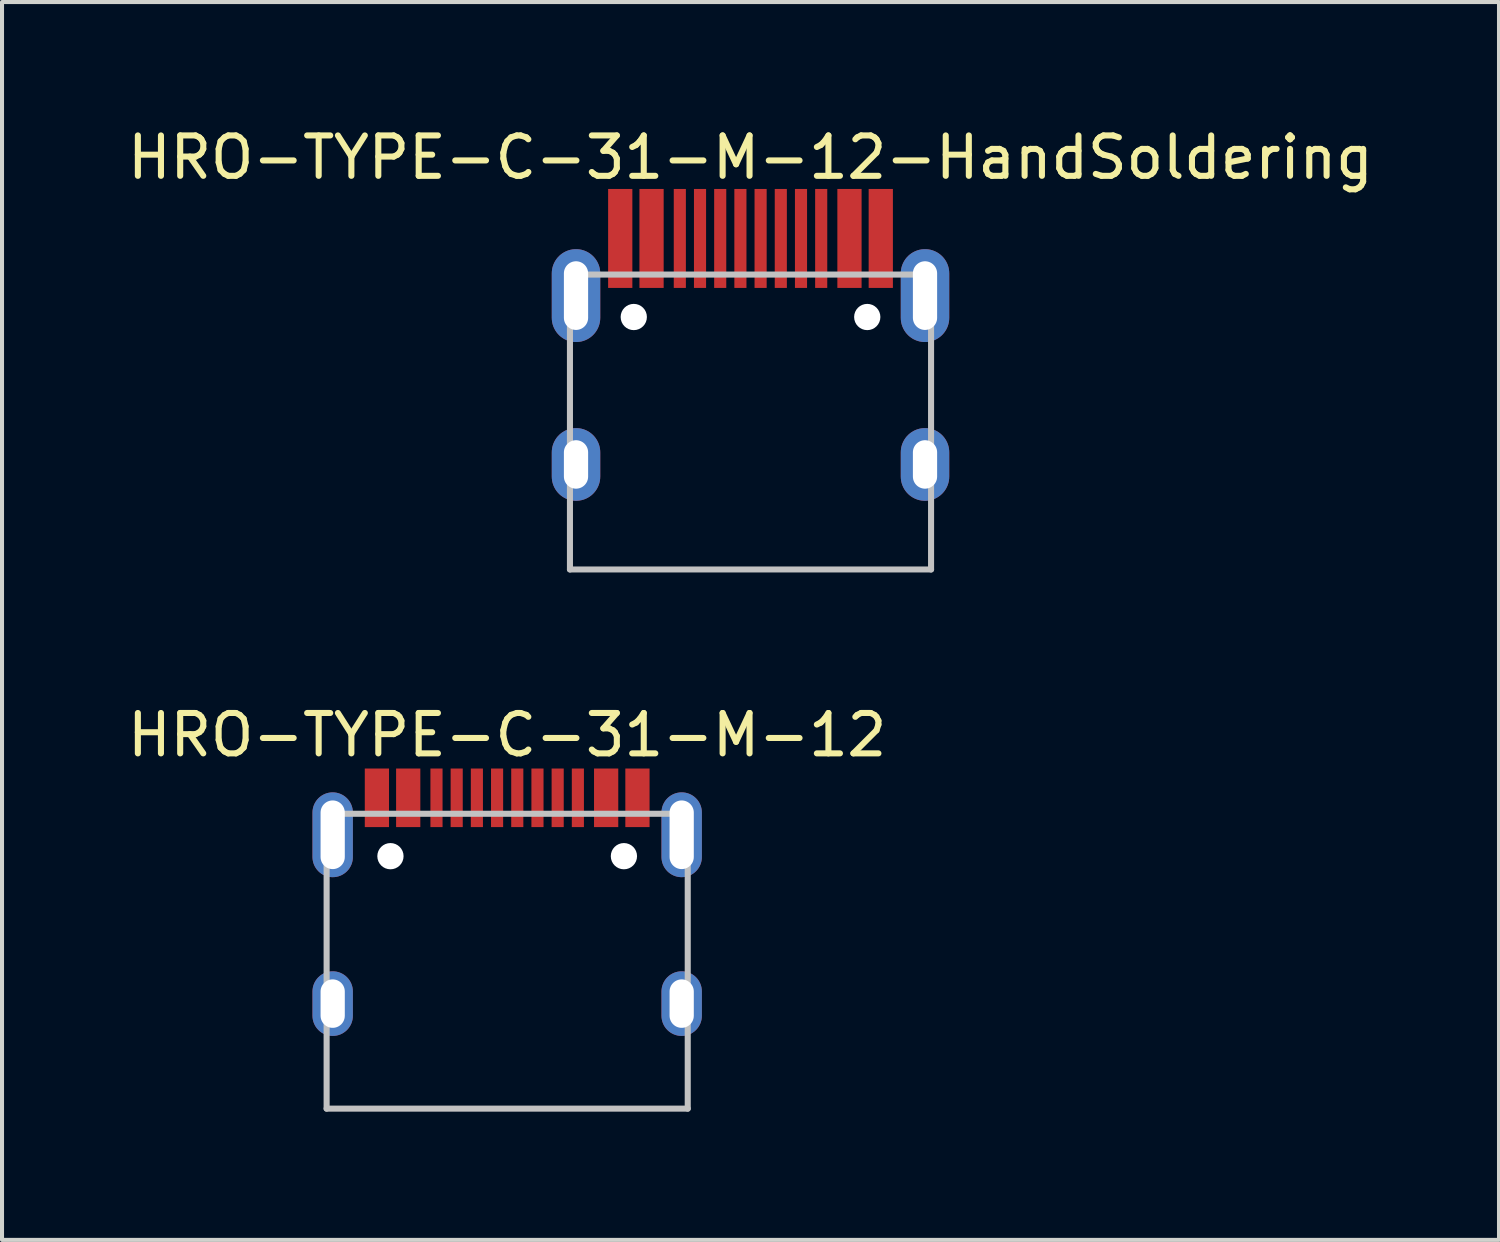
<source format=kicad_pcb>
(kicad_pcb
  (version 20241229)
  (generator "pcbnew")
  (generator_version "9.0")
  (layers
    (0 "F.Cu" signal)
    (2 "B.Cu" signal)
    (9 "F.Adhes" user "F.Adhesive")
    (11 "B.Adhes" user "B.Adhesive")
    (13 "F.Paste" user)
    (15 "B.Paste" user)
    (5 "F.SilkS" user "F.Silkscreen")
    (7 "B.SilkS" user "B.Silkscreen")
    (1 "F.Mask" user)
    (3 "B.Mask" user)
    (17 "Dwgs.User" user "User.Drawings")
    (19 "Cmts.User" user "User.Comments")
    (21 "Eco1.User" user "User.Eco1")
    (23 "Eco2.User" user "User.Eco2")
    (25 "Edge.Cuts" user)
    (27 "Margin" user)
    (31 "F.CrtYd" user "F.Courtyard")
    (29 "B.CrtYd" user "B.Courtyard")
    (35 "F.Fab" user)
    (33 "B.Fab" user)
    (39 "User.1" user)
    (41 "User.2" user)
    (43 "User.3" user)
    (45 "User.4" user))
  (footprint "HRO-TYPE-C-31-M-12"
    (layer "F.Cu")
    (at 9.506 24.396)
    (property "Reference" "HRO-TYPE-C-31-M-12" (at 0 -9.25 0) (layer "F.SilkS") (effects (font (size 1 1) (thickness 0.15))))
    (attr smd)
    (fp_line (start -4.47 -7.3) (end 4.47 -7.3) (stroke (width 0.15) (type solid)) (layer "Dwgs.User"))
    (fp_line (start -4.47 0) (end -4.47 -7.3) (stroke (width 0.15) (type solid)) (layer "Dwgs.User"))
    (fp_line (start -4.47 0) (end 4.47 0) (stroke (width 0.15) (type solid)) (layer "Dwgs.User"))
    (fp_line (start 4.47 0) (end 4.47 -7.3) (stroke (width 0.15) (type solid)) (layer "Dwgs.User"))
    (pad "" np_thru_hole circle (at -2.89 -6.25) (size 0.65 0.65) (drill 0.65) (layers "*.Cu" "*.Mask"))
    (pad "" np_thru_hole circle (at 2.89 -6.25) (size 0.65 0.65) (drill 0.65) (layers "*.Cu" "*.Mask"))
    (pad "1" smd rect (at -3.225 -7.695) (size 0.6 1.45) (layers "F.Cu" "F.Mask" "F.Paste"))
    (pad "2" smd rect (at -2.45 -7.695) (size 0.6 1.45) (layers "F.Cu" "F.Mask" "F.Paste"))
    (pad "3" smd rect (at -1.75 -7.695) (size 0.3 1.45) (layers "F.Cu" "F.Mask" "F.Paste"))
    (pad "4" smd rect (at -1.25 -7.695) (size 0.3 1.45) (layers "F.Cu" "F.Mask" "F.Paste"))
    (pad "5" smd rect (at -0.75 -7.695) (size 0.3 1.45) (layers "F.Cu" "F.Mask" "F.Paste"))
    (pad "6" smd rect (at -0.25 -7.695) (size 0.3 1.45) (layers "F.Cu" "F.Mask" "F.Paste"))
    (pad "7" smd rect (at 0.25 -7.695) (size 0.3 1.45) (layers "F.Cu" "F.Mask" "F.Paste"))
    (pad "8" smd rect (at 0.75 -7.695) (size 0.3 1.45) (layers "F.Cu" "F.Mask" "F.Paste"))
    (pad "9" smd rect (at 1.25 -7.695) (size 0.3 1.45) (layers "F.Cu" "F.Mask" "F.Paste"))
    (pad "10" smd rect (at 1.75 -7.695) (size 0.3 1.45) (layers "F.Cu" "F.Mask" "F.Paste"))
    (pad "11" smd rect (at 2.45 -7.695) (size 0.6 1.45) (layers "F.Cu" "F.Mask" "F.Paste"))
    (pad "12" smd rect (at 3.225 -7.695) (size 0.6 1.45) (layers "F.Cu" "F.Mask" "F.Paste"))
    (pad "13" thru_hole oval (at -4.32 -6.78) (size 1 2.1) (drill oval 0.6 1.7) (layers "*.Cu" "B.Mask"))
    (pad "13" thru_hole oval (at -4.32 -2.6) (size 1 1.6) (drill oval 0.6 1.2) (layers "*.Cu" "B.Mask"))
    (pad "13" thru_hole oval (at 4.32 -6.78) (size 1 2.1) (drill oval 0.6 1.7) (layers "*.Cu" "B.Mask"))
    (pad "13" thru_hole oval (at 4.32 -2.6) (size 1 1.6) (drill oval 0.6 1.2) (layers "*.Cu" "B.Mask")))
  (footprint "HRO-TYPE-C-31-M-12-HandSoldering"
    (layer "F.Cu")
    (at 15.53 11.048)
    (property "Reference" "HRO-TYPE-C-31-M-12-HandSoldering" (at 0 -10.2 0) (layer "F.SilkS") (effects (font (size 1 1) (thickness 0.15))))
    (attr smd)
    (fp_line (start -4.47 -7.3) (end 4.47 -7.3) (stroke (width 0.15) (type solid)) (layer "Dwgs.User"))
    (fp_line (start -4.47 0) (end -4.47 -7.3) (stroke (width 0.15) (type solid)) (layer "Dwgs.User"))
    (fp_line (start -4.47 0) (end 4.47 0) (stroke (width 0.15) (type solid)) (layer "Dwgs.User"))
    (fp_line (start 4.47 0) (end 4.47 -7.3) (stroke (width 0.15) (type solid)) (layer "Dwgs.User"))
    (pad "" np_thru_hole circle (at -2.89 -6.25) (size 0.65 0.65) (drill 0.65) (layers "*.Cu" "*.Mask"))
    (pad "" np_thru_hole circle (at 2.89 -6.25) (size 0.65 0.65) (drill 0.65) (layers "*.Cu" "*.Mask"))
    (pad "1" smd rect (at -3.225 -8.195) (size 0.6 2.45) (layers "F.Cu" "F.Mask" "F.Paste"))
    (pad "2" smd rect (at -2.45 -8.195) (size 0.6 2.45) (layers "F.Cu" "F.Mask" "F.Paste"))
    (pad "3" smd rect (at -1.75 -8.195) (size 0.3 2.45) (layers "F.Cu" "F.Mask" "F.Paste"))
    (pad "4" smd rect (at -1.25 -8.195) (size 0.3 2.45) (layers "F.Cu" "F.Mask" "F.Paste"))
    (pad "5" smd rect (at -0.75 -8.195) (size 0.3 2.45) (layers "F.Cu" "F.Mask" "F.Paste"))
    (pad "6" smd rect (at -0.25 -8.195) (size 0.3 2.45) (layers "F.Cu" "F.Mask" "F.Paste"))
    (pad "7" smd rect (at 0.25 -8.195) (size 0.3 2.45) (layers "F.Cu" "F.Mask" "F.Paste"))
    (pad "8" smd rect (at 0.75 -8.195) (size 0.3 2.45) (layers "F.Cu" "F.Mask" "F.Paste"))
    (pad "9" smd rect (at 1.25 -8.195) (size 0.3 2.45) (layers "F.Cu" "F.Mask" "F.Paste"))
    (pad "10" smd rect (at 1.75 -8.195) (size 0.3 2.45) (layers "F.Cu" "F.Mask" "F.Paste"))
    (pad "11" smd rect (at 2.45 -8.195) (size 0.6 2.45) (layers "F.Cu" "F.Mask" "F.Paste"))
    (pad "12" smd rect (at 3.225 -8.195) (size 0.6 2.45) (layers "F.Cu" "F.Mask" "F.Paste"))
    (pad "13" thru_hole oval (at -4.32 -6.78) (size 1.2 2.3) (drill oval 0.6 1.7) (layers "*.Cu" "*.Mask"))
    (pad "13" thru_hole oval (at -4.32 -2.6) (size 1.2 1.8) (drill oval 0.6 1.2) (layers "*.Cu" "*.Mask"))
    (pad "13" thru_hole oval (at 4.32 -6.78) (size 1.2 2.3) (drill oval 0.6 1.7) (layers "*.Cu" "*.Mask"))
    (pad "13" thru_hole oval (at 4.32 -2.6) (size 1.2 1.8) (drill oval 0.6 1.2) (layers "*.Cu" "*.Mask")))
  (gr_rect
    (start -3 -3)
    (end 34.06 27.646)
    (stroke (width 0.1) (type default))
    (fill no)
    (layer "Edge.Cuts")))
</source>
